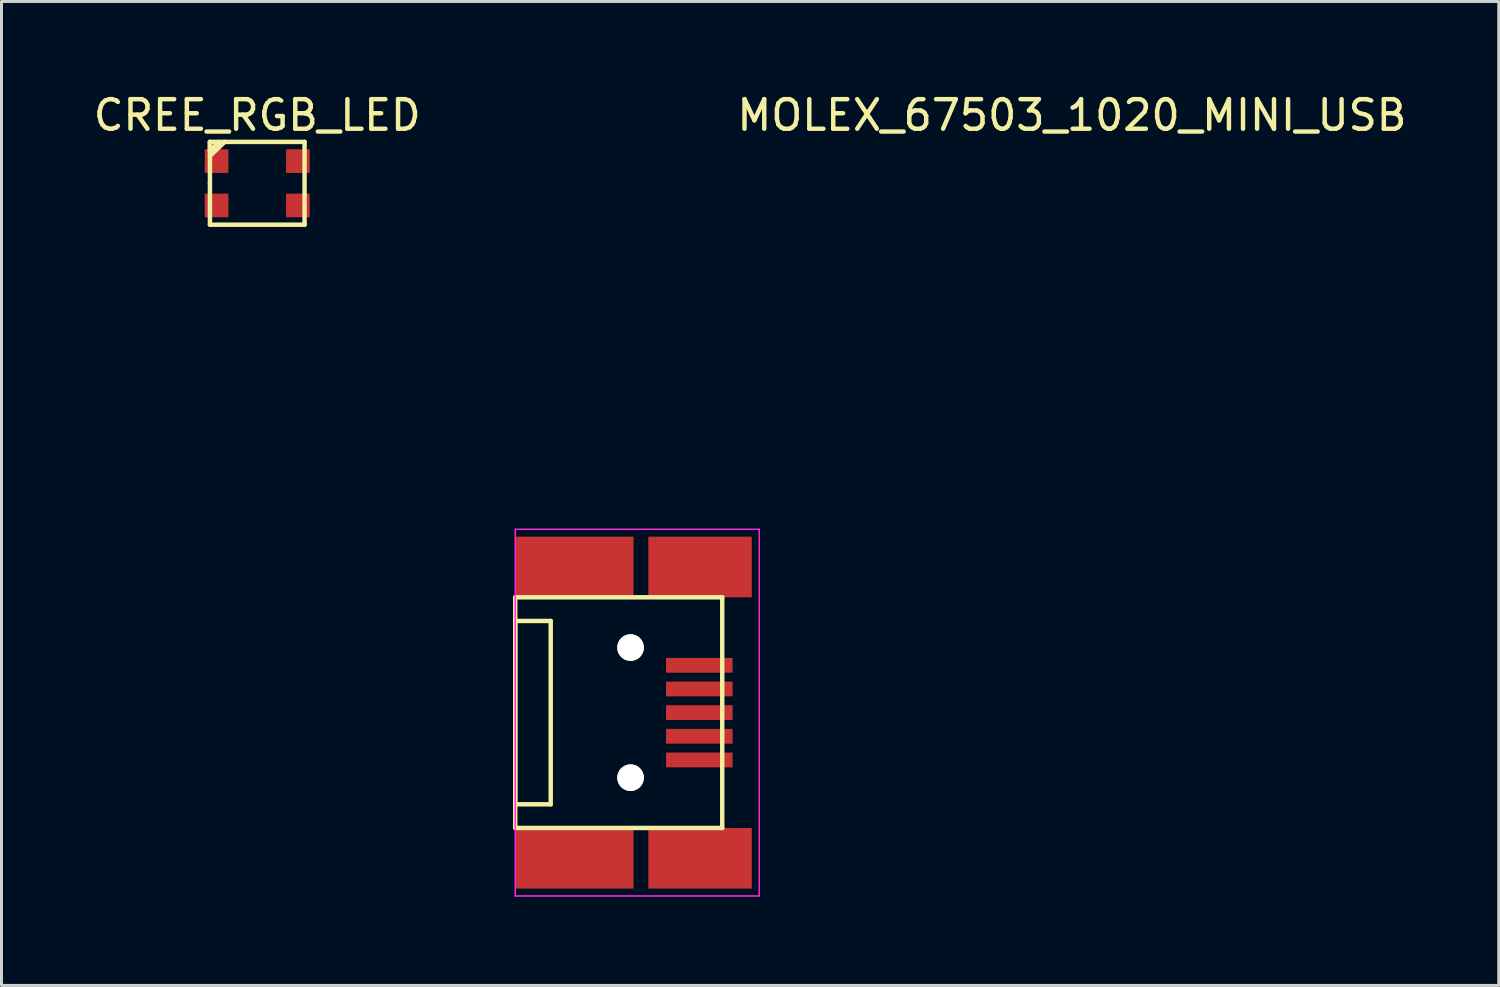
<source format=kicad_pcb>
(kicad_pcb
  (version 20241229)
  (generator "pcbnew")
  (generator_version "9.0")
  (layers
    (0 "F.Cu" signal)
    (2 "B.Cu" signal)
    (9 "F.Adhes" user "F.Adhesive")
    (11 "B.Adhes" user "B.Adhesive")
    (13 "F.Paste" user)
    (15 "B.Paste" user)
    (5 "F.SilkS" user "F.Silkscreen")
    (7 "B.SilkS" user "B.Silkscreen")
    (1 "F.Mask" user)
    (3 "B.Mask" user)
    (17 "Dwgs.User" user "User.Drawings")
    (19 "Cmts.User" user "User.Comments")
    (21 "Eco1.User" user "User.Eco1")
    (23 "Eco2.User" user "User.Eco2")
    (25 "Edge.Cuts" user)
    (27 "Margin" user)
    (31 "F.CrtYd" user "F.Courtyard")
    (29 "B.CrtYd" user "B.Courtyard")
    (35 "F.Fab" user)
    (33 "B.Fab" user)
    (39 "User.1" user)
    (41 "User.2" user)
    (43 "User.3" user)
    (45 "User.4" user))
  (footprint "MOLEX_67503_1020_MINI_USB"
    (layer "F.Cu")
    (at 20.598 19.448)
    (property "Reference" "MOLEX_67503_1020_MINI_USB" (at 12.6 -18.6 0) (layer "F.SilkS") (effects (font (size 1 1) (thickness 0.15))))
    (attr through_hole)
    (fp_line (start -6.225 -2.3) (end -6.225 5.5) (stroke (width 0.15) (type solid)) (layer "F.SilkS"))
    (fp_line (start -6.225 -1.5) (end -6.225 4.7) (stroke (width 0.15) (type solid)) (layer "F.SilkS"))
    (fp_line (start -6.225 4.7) (end -5.025 4.7) (stroke (width 0.15) (type solid)) (layer "F.SilkS"))
    (fp_line (start -6.225 5.5) (end 0.775 5.5) (stroke (width 0.15) (type solid)) (layer "F.SilkS"))
    (fp_line (start -5.025 -1.5) (end -6.225 -1.5) (stroke (width 0.15) (type solid)) (layer "F.SilkS"))
    (fp_line (start -5.025 4.7) (end -5.025 -1.5) (stroke (width 0.15) (type solid)) (layer "F.SilkS"))
    (fp_line (start 0.775 -2.3) (end -6.225 -2.3) (stroke (width 0.15) (type solid)) (layer "F.SilkS"))
    (fp_line (start 0.775 5.5) (end 0.775 -2.3) (stroke (width 0.15) (type solid)) (layer "F.SilkS"))
    (fp_line (start -6.225 -4.6) (end 2.025 -4.6) (stroke (width 0.05) (type solid)) (layer "F.CrtYd"))
    (fp_line (start -6.225 7.8) (end -6.225 -4.6) (stroke (width 0.05) (type solid)) (layer "F.CrtYd"))
    (fp_line (start 2.025 -4.6) (end 2.025 7.8) (stroke (width 0.05) (type solid)) (layer "F.CrtYd"))
    (fp_line (start 2.025 7.8) (end -6.225 7.8) (stroke (width 0.05) (type solid)) (layer "F.CrtYd"))
    (pad "" np_thru_hole circle (at -2.325 -0.6) (size 0.9 0.9) (drill 0.9) (layers "*.Cu" "*.Mask" "F.SilkS"))
    (pad "" np_thru_hole circle (at -2.325 3.8) (size 0.9 0.9) (drill 0.9) (layers "*.Cu" "*.Mask" "F.SilkS"))
    (pad "1" smd rect (at 0 0) (size 2.25 0.5) (layers "F.Cu" "F.Mask" "F.Paste"))
    (pad "2" smd rect (at 0 0.8) (size 2.25 0.5) (layers "F.Cu" "F.Mask" "F.Paste"))
    (pad "3" smd rect (at 0 1.6) (size 2.25 0.5) (layers "F.Cu" "F.Mask" "F.Paste"))
    (pad "4" smd rect (at 0 2.4) (size 2.25 0.5) (layers "F.Cu" "F.Mask" "F.Paste"))
    (pad "5" smd rect (at 0 3.2) (size 2.25 0.5) (layers "F.Cu" "F.Mask" "F.Paste"))
    (pad "6" smd rect (at -4.225 -3.325) (size 4 2.05) (layers "F.Cu" "F.Mask" "F.Paste"))
    (pad "6" smd rect (at -4.225 6.525) (size 4 2.05) (layers "F.Cu" "F.Mask" "F.Paste"))
    (pad "6" smd rect (at 0.025 -3.325) (size 3.5 2.05) (layers "F.Cu" "F.Mask" "F.Paste"))
    (pad "6" smd rect (at 0.025 6.525) (size 3.5 2.05) (layers "F.Cu" "F.Mask" "F.Paste")))
  (footprint "CREE_RGB_LED"
    (layer "F.Cu")
    (at 5.649 3.148)
    (property "Reference" "CREE_RGB_LED" (at 0 -2.3 0) (layer "F.SilkS") (effects (font (size 1 1) (thickness 0.15))))
    (attr through_hole)
    (fp_line (start -1.6 -1.4) (end -1.6 -1.1) (stroke (width 0.15) (type solid)) (layer "F.SilkS"))
    (fp_line (start -1.6 -1.4) (end 1.6 -1.4) (stroke (width 0.15) (type solid)) (layer "F.SilkS"))
    (fp_line (start -1.6 -1.1) (end -1.3 -1.4) (stroke (width 0.15) (type solid)) (layer "F.SilkS"))
    (fp_line (start -1.6 -0.925) (end -1.1 -1.4) (stroke (width 0.15) (type solid)) (layer "F.SilkS"))
    (fp_line (start -1.6 0) (end -1.6 -1.4) (stroke (width 0.15) (type solid)) (layer "F.SilkS"))
    (fp_line (start -1.6 1.4) (end -1.6 0) (stroke (width 0.15) (type solid)) (layer "F.SilkS"))
    (fp_line (start 1.6 -1.4) (end 1.6 1.4) (stroke (width 0.15) (type solid)) (layer "F.SilkS"))
    (fp_line (start 1.6 1.4) (end -1.6 1.4) (stroke (width 0.15) (type solid)) (layer "F.SilkS"))
    (pad "1" smd rect (at -1.375 -0.75) (size 0.8 0.8) (layers "F.Cu" "F.Mask" "F.Paste"))
    (pad "2" smd rect (at -1.375 0.75) (size 0.8 0.8) (layers "F.Cu" "F.Mask" "F.Paste"))
    (pad "3" smd rect (at 1.375 0.75) (size 0.8 0.8) (layers "F.Cu" "F.Mask" "F.Paste"))
    (pad "4" smd rect (at 1.375 -0.75) (size 0.8 0.8) (layers "F.Cu" "F.Mask" "F.Paste")))
  (gr_rect
    (start -3 -3)
    (end 47.632 30.273)
    (stroke (width 0.1) (type default))
    (fill no)
    (layer "Edge.Cuts")))
</source>
